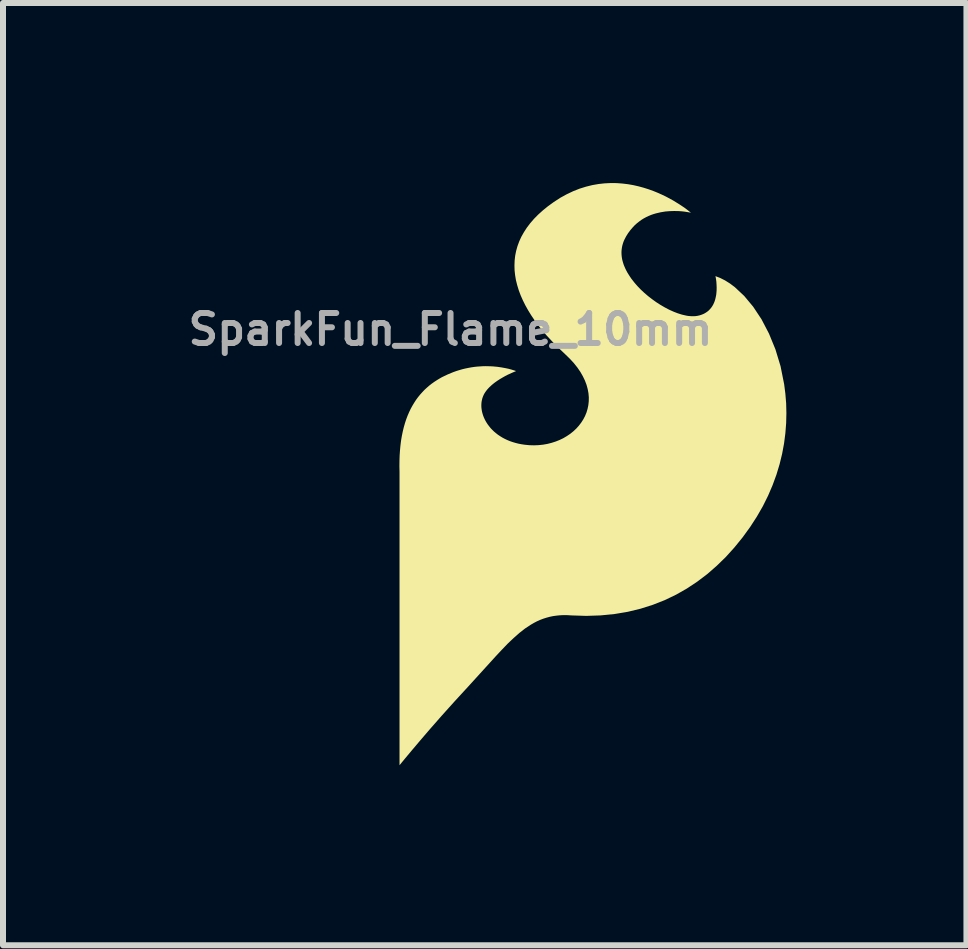
<source format=kicad_pcb>
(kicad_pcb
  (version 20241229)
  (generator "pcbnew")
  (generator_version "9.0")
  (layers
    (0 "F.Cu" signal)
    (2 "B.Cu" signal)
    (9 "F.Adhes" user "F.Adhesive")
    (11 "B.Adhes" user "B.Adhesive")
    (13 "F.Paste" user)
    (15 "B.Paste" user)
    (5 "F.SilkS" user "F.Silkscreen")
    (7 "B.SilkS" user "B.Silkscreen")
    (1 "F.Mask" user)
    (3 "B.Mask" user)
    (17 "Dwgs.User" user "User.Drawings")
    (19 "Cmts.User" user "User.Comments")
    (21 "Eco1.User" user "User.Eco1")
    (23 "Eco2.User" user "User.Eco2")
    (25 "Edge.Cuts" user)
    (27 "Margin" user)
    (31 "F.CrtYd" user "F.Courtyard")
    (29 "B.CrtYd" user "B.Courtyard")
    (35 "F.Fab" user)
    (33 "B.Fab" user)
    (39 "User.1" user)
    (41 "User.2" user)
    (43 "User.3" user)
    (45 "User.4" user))
  (footprint "SparkFun_Flame_10mm"
    (layer "F.Cu")
    (at 6.829 4.85)
    (property "Reference" "SparkFun_Flame_10mm" (at -2.372 -2.411 0) (layer "F.Fab") (effects (font (size 0.5 0.5) (thickness 0.1))))
    (attr board_only exclude_from_pos_files exclude_from_bom)
    (fp_poly (pts (xy 0.394 -4.849) (xy 0.49 -4.842) (xy 0.583 -4.831) (xy 0.674 -4.815) (xy 0.762 -4.795) (xy 0.846 -4.772) (xy 0.928 -4.746) (xy 1.006 -4.718) (xy 1.08 -4.688) (xy 1.151 -4.656) (xy 1.218 -4.624) (xy 1.338 -4.559) (xy 1.44 -4.496) (xy 1.523 -4.441) (xy 1.583 -4.396) (xy 1.634 -4.355) (xy 1.607 -4.361) (xy 1.532 -4.373) (xy 1.481 -4.379) (xy 1.421 -4.383) (xy 1.355 -4.384) (xy 1.283 -4.382) (xy 1.207 -4.376) (xy 1.129 -4.363) (xy 1.048 -4.344) (xy 1.008 -4.332) (xy 0.967 -4.318) (xy 0.927 -4.301) (xy 0.887 -4.282) (xy 0.848 -4.261) (xy 0.809 -4.237) (xy 0.772 -4.21) (xy 0.735 -4.181) (xy 0.699 -4.149) (xy 0.665 -4.113) (xy 0.623 -4.064) (xy 0.586 -4.014) (xy 0.554 -3.963) (xy 0.527 -3.911) (xy 0.515 -3.885) (xy 0.505 -3.858) (xy 0.497 -3.832) (xy 0.489 -3.804) (xy 0.484 -3.777) (xy 0.48 -3.749) (xy 0.477 -3.721) (xy 0.476 -3.693) (xy 0.477 -3.664) (xy 0.479 -3.635) (xy 0.483 -3.605) (xy 0.488 -3.576) (xy 0.496 -3.545) (xy 0.505 -3.515) (xy 0.515 -3.484) (xy 0.528 -3.453) (xy 0.542 -3.421) (xy 0.558 -3.389) (xy 0.576 -3.356) (xy 0.596 -3.324) (xy 0.618 -3.29) (xy 0.641 -3.256) (xy 0.695 -3.187) (xy 0.744 -3.131) (xy 0.798 -3.075) (xy 0.857 -3.02) (xy 0.92 -2.966) (xy 0.986 -2.915) (xy 1.054 -2.866) (xy 1.124 -2.821) (xy 1.196 -2.779) (xy 1.268 -2.741) (xy 1.341 -2.708) (xy 1.413 -2.68) (xy 1.483 -2.658) (xy 1.552 -2.642) (xy 1.585 -2.636) (xy 1.618 -2.633) (xy 1.65 -2.631) (xy 1.681 -2.631) (xy 1.711 -2.633) (xy 1.741 -2.637) (xy 1.78 -2.646) (xy 1.816 -2.658) (xy 1.849 -2.672) (xy 1.879 -2.689) (xy 1.907 -2.708) (xy 1.931 -2.728) (xy 1.953 -2.751) (xy 1.973 -2.775) (xy 1.99 -2.8) (xy 2.005 -2.826) (xy 2.018 -2.854) (xy 2.029 -2.882) (xy 2.038 -2.911) (xy 2.045 -2.94) (xy 2.051 -2.969) (xy 2.056 -2.998) (xy 2.061 -3.056) (xy 2.062 -3.111) (xy 2.06 -3.162) (xy 2.057 -3.207) (xy 2.052 -3.245) (xy 2.047 -3.274) (xy 2.042 -3.299) (xy 2.122 -3.268) (xy 2.203 -3.227) (xy 2.284 -3.176) (xy 2.364 -3.116) (xy 2.521 -2.969) (xy 2.671 -2.789) (xy 2.81 -2.579) (xy 2.934 -2.341) (xy 3.041 -2.08) (xy 3.127 -1.797) (xy 3.187 -1.496) (xy 3.207 -1.339) (xy 3.22 -1.179) (xy 3.224 -1.016) (xy 3.22 -0.85) (xy 3.207 -0.682) (xy 3.185 -0.511) (xy 3.153 -0.339) (xy 3.111 -0.166) (xy 3.058 0.009) (xy 2.994 0.184) (xy 2.919 0.359) (xy 2.832 0.534) (xy 2.732 0.708) (xy 2.62 0.881) (xy 2.492 1.057) (xy 2.357 1.223) (xy 2.215 1.38) (xy 2.064 1.527) (xy 1.907 1.664) (xy 1.741 1.79) (xy 1.568 1.905) (xy 1.387 2.008) (xy 1.198 2.099) (xy 1 2.177) (xy 0.795 2.242) (xy 0.581 2.294) (xy 0.359 2.331) (xy 0.128 2.354) (xy -0.111 2.362) (xy -0.359 2.354) (xy -0.424 2.35) (xy -0.488 2.349) (xy -0.549 2.352) (xy -0.608 2.358) (xy -0.666 2.366) (xy -0.722 2.378) (xy -0.777 2.393) (xy -0.83 2.41) (xy -0.882 2.43) (xy -0.933 2.453) (xy -0.983 2.479) (xy -1.033 2.508) (xy -1.13 2.572) (xy -1.226 2.647) (xy -1.321 2.731) (xy -1.418 2.823) (xy -1.516 2.925) (xy -1.618 3.034) (xy -2.079 3.541) (xy -2.305 3.787) (xy -2.518 4.024) (xy -2.712 4.245) (xy -2.882 4.443) (xy -3.023 4.61) (xy -3.13 4.738) (xy -3.222 4.85) (xy -3.222 -0.034) (xy -3.224 -0.131) (xy -3.223 -0.224) (xy -3.22 -0.314) (xy -3.214 -0.4) (xy -3.206 -0.483) (xy -3.196 -0.562) (xy -3.183 -0.638) (xy -3.168 -0.711) (xy -3.151 -0.781) (xy -3.132 -0.848) (xy -3.111 -0.912) (xy -3.088 -0.973) (xy -3.063 -1.031) (xy -3.037 -1.086) (xy -3.008 -1.139) (xy -2.978 -1.189) (xy -2.947 -1.237) (xy -2.914 -1.282) (xy -2.879 -1.325) (xy -2.843 -1.365) (xy -2.806 -1.404) (xy -2.767 -1.44) (xy -2.728 -1.474) (xy -2.687 -1.506) (xy -2.645 -1.536) (xy -2.602 -1.564) (xy -2.558 -1.591) (xy -2.514 -1.616) (xy -2.422 -1.66) (xy -2.328 -1.699) (xy -2.275 -1.718) (xy -2.223 -1.734) (xy -2.171 -1.749) (xy -2.12 -1.761) (xy -2.07 -1.771) (xy -2.021 -1.78) (xy -1.972 -1.787) (xy -1.925 -1.792) (xy -1.879 -1.795) (xy -1.834 -1.798) (xy -1.79 -1.799) (xy -1.747 -1.798) (xy -1.706 -1.797) (xy -1.666 -1.795) (xy -1.591 -1.788) (xy -1.523 -1.778) (xy -1.462 -1.767) (xy -1.409 -1.756) (xy -1.364 -1.744) (xy -1.328 -1.733) (xy -1.302 -1.725) (xy -1.28 -1.717) (xy -1.347 -1.689) (xy -1.419 -1.656) (xy -1.46 -1.635) (xy -1.504 -1.61) (xy -1.55 -1.583) (xy -1.596 -1.553) (xy -1.641 -1.521) (xy -1.684 -1.486) (xy -1.725 -1.448) (xy -1.744 -1.428) (xy -1.762 -1.408) (xy -1.779 -1.386) (xy -1.794 -1.365) (xy -1.808 -1.343) (xy -1.82 -1.32) (xy -1.832 -1.292) (xy -1.842 -1.264) (xy -1.849 -1.235) (xy -1.855 -1.205) (xy -1.858 -1.174) (xy -1.859 -1.143) (xy -1.858 -1.111) (xy -1.854 -1.079) (xy -1.849 -1.047) (xy -1.841 -1.015) (xy -1.831 -0.982) (xy -1.819 -0.95) (xy -1.805 -0.918) (xy -1.789 -0.887) (xy -1.77 -0.855) (xy -1.75 -0.825) (xy -1.727 -0.795) (xy -1.703 -0.765) (xy -1.676 -0.737) (xy -1.647 -0.709) (xy -1.616 -0.683) (xy -1.583 -0.657) (xy -1.547 -0.633) (xy -1.51 -0.61) (xy -1.471 -0.589) (xy -1.429 -0.569) (xy -1.386 -0.551) (xy -1.34 -0.535) (xy -1.293 -0.521) (xy -1.243 -0.508) (xy -1.191 -0.498) (xy -1.138 -0.49) (xy -1.058 -0.482) (xy -0.98 -0.48) (xy -0.904 -0.483) (xy -0.829 -0.491) (xy -0.756 -0.504) (xy -0.686 -0.522) (xy -0.618 -0.544) (xy -0.553 -0.57) (xy -0.491 -0.6) (xy -0.432 -0.635) (xy -0.376 -0.673) (xy -0.325 -0.714) (xy -0.277 -0.759) (xy -0.234 -0.807) (xy -0.195 -0.858) (xy -0.161 -0.911) (xy -0.131 -0.968) (xy -0.107 -1.026) (xy -0.089 -1.087) (xy -0.076 -1.15) (xy -0.069 -1.215) (xy -0.068 -1.281) (xy -0.074 -1.349) (xy -0.087 -1.418) (xy -0.106 -1.488) (xy -0.133 -1.559) (xy -0.167 -1.63) (xy -0.208 -1.702) (xy -0.258 -1.775) (xy -0.316 -1.848) (xy -0.382 -1.92) (xy -0.457 -1.993) (xy -0.625 -2.153) (xy -0.777 -2.317) (xy -0.847 -2.399) (xy -0.912 -2.482) (xy -0.973 -2.565) (xy -1.029 -2.648) (xy -1.08 -2.731) (xy -1.127 -2.815) (xy -1.168 -2.898) (xy -1.205 -2.982) (xy -1.236 -3.065) (xy -1.261 -3.148) (xy -1.282 -3.231) (xy -1.296 -3.314) (xy -1.305 -3.396) (xy -1.307 -3.477) (xy -1.304 -3.559) (xy -1.295 -3.639) (xy -1.279 -3.719) (xy -1.257 -3.798) (xy -1.228 -3.877) (xy -1.193 -3.954) (xy -1.15 -4.03) (xy -1.101 -4.106) (xy -1.045 -4.18) (xy -0.981 -4.254) (xy -0.911 -4.325) (xy -0.832 -4.396) (xy -0.747 -4.465) (xy -0.653 -4.533) (xy -0.544 -4.604) (xy -0.435 -4.664) (xy -0.327 -4.715) (xy -0.22 -4.757) (xy -0.114 -4.79) (xy -0.009 -4.816) (xy 0.095 -4.834) (xy 0.197 -4.845) (xy 0.296 -4.85)) (stroke (width -0.000001) (type solid)) (fill yes) (layer "F.SilkS")))
  (gr_rect
    (start -3 -3)
    (end 13.053 12.7)
    (stroke (width 0.1) (type default))
    (fill no)
    (layer "Edge.Cuts")))
</source>
